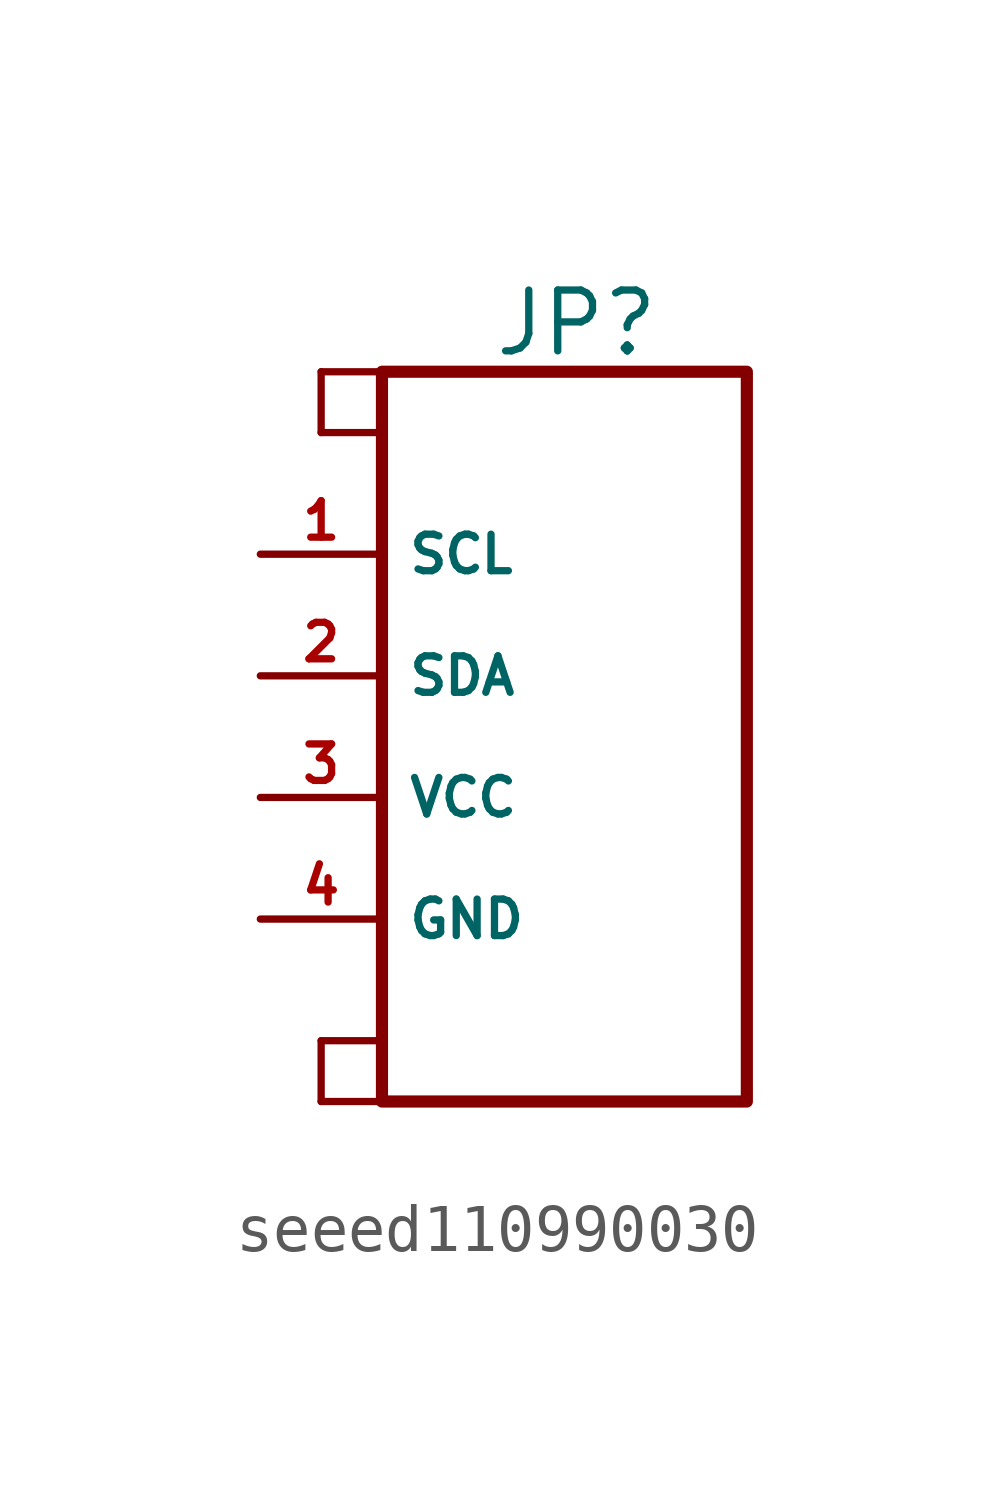
<source format=kicad_sym>
(kicad_symbol_lib
  (version 20241209)
  (generator "kicad_symbol_editor")
  (generator_version "9.0")
  (symbol "seeed110990030"
    (property "Reference" "JP"
      (at -1.016 8.636 0)
      (effects (font (size 1.27 1.27))))
    (symbol "seeed110990030_0_1"
      (rectangle (start -6.35 7.62) (end -6.35 6.35) (stroke (width 0) (type default)) (fill (type none)))
      (rectangle (start -6.35 6.35) (end -5.08 6.35) (stroke (width 0) (type default)) (fill (type none)))
      (rectangle (start -6.35 -6.35) (end -6.35 -7.62) (stroke (width 0) (type default)) (fill (type none)))
      (rectangle (start -6.35 -7.62) (end -5.08 -7.62) (stroke (width 0) (type default)) (fill (type none)))
      (rectangle (start -5.08 7.62) (end -6.35 7.62) (stroke (width 0) (type default)) (fill (type none)))
      (rectangle (start -5.08 -6.35) (end -6.35 -6.35) (stroke (width 0) (type default)) (fill (type none))))
    (symbol "seeed110990030_1_1"
      (rectangle (start -5.08 7.62) (end 2.54 -7.62) (stroke (width 0.254) (type solid)) (fill (type none)))
      (pin bidirectional line (at -7.62 3.81 0) (length 2.54) (name "SCL" (effects (font (size 0.762 0.762)))) (number "1" (effects (font (size 0.762 0.762)))))
      (pin bidirectional line (at -7.62 1.27 0) (length 2.54) (name "SDA" (effects (font (size 0.762 0.762)))) (number "2" (effects (font (size 0.762 0.762)))))
      (pin bidirectional line (at -7.62 -1.27 0) (length 2.54) (name "VCC" (effects (font (size 0.762 0.762)))) (number "3" (effects (font (size 0.762 0.762)))))
      (pin bidirectional line (at -7.62 -3.81 0) (length 2.54) (name "GND" (effects (font (size 0.762 0.762)))) (number "4" (effects (font (size 0.762 0.762))))))))
</source>
